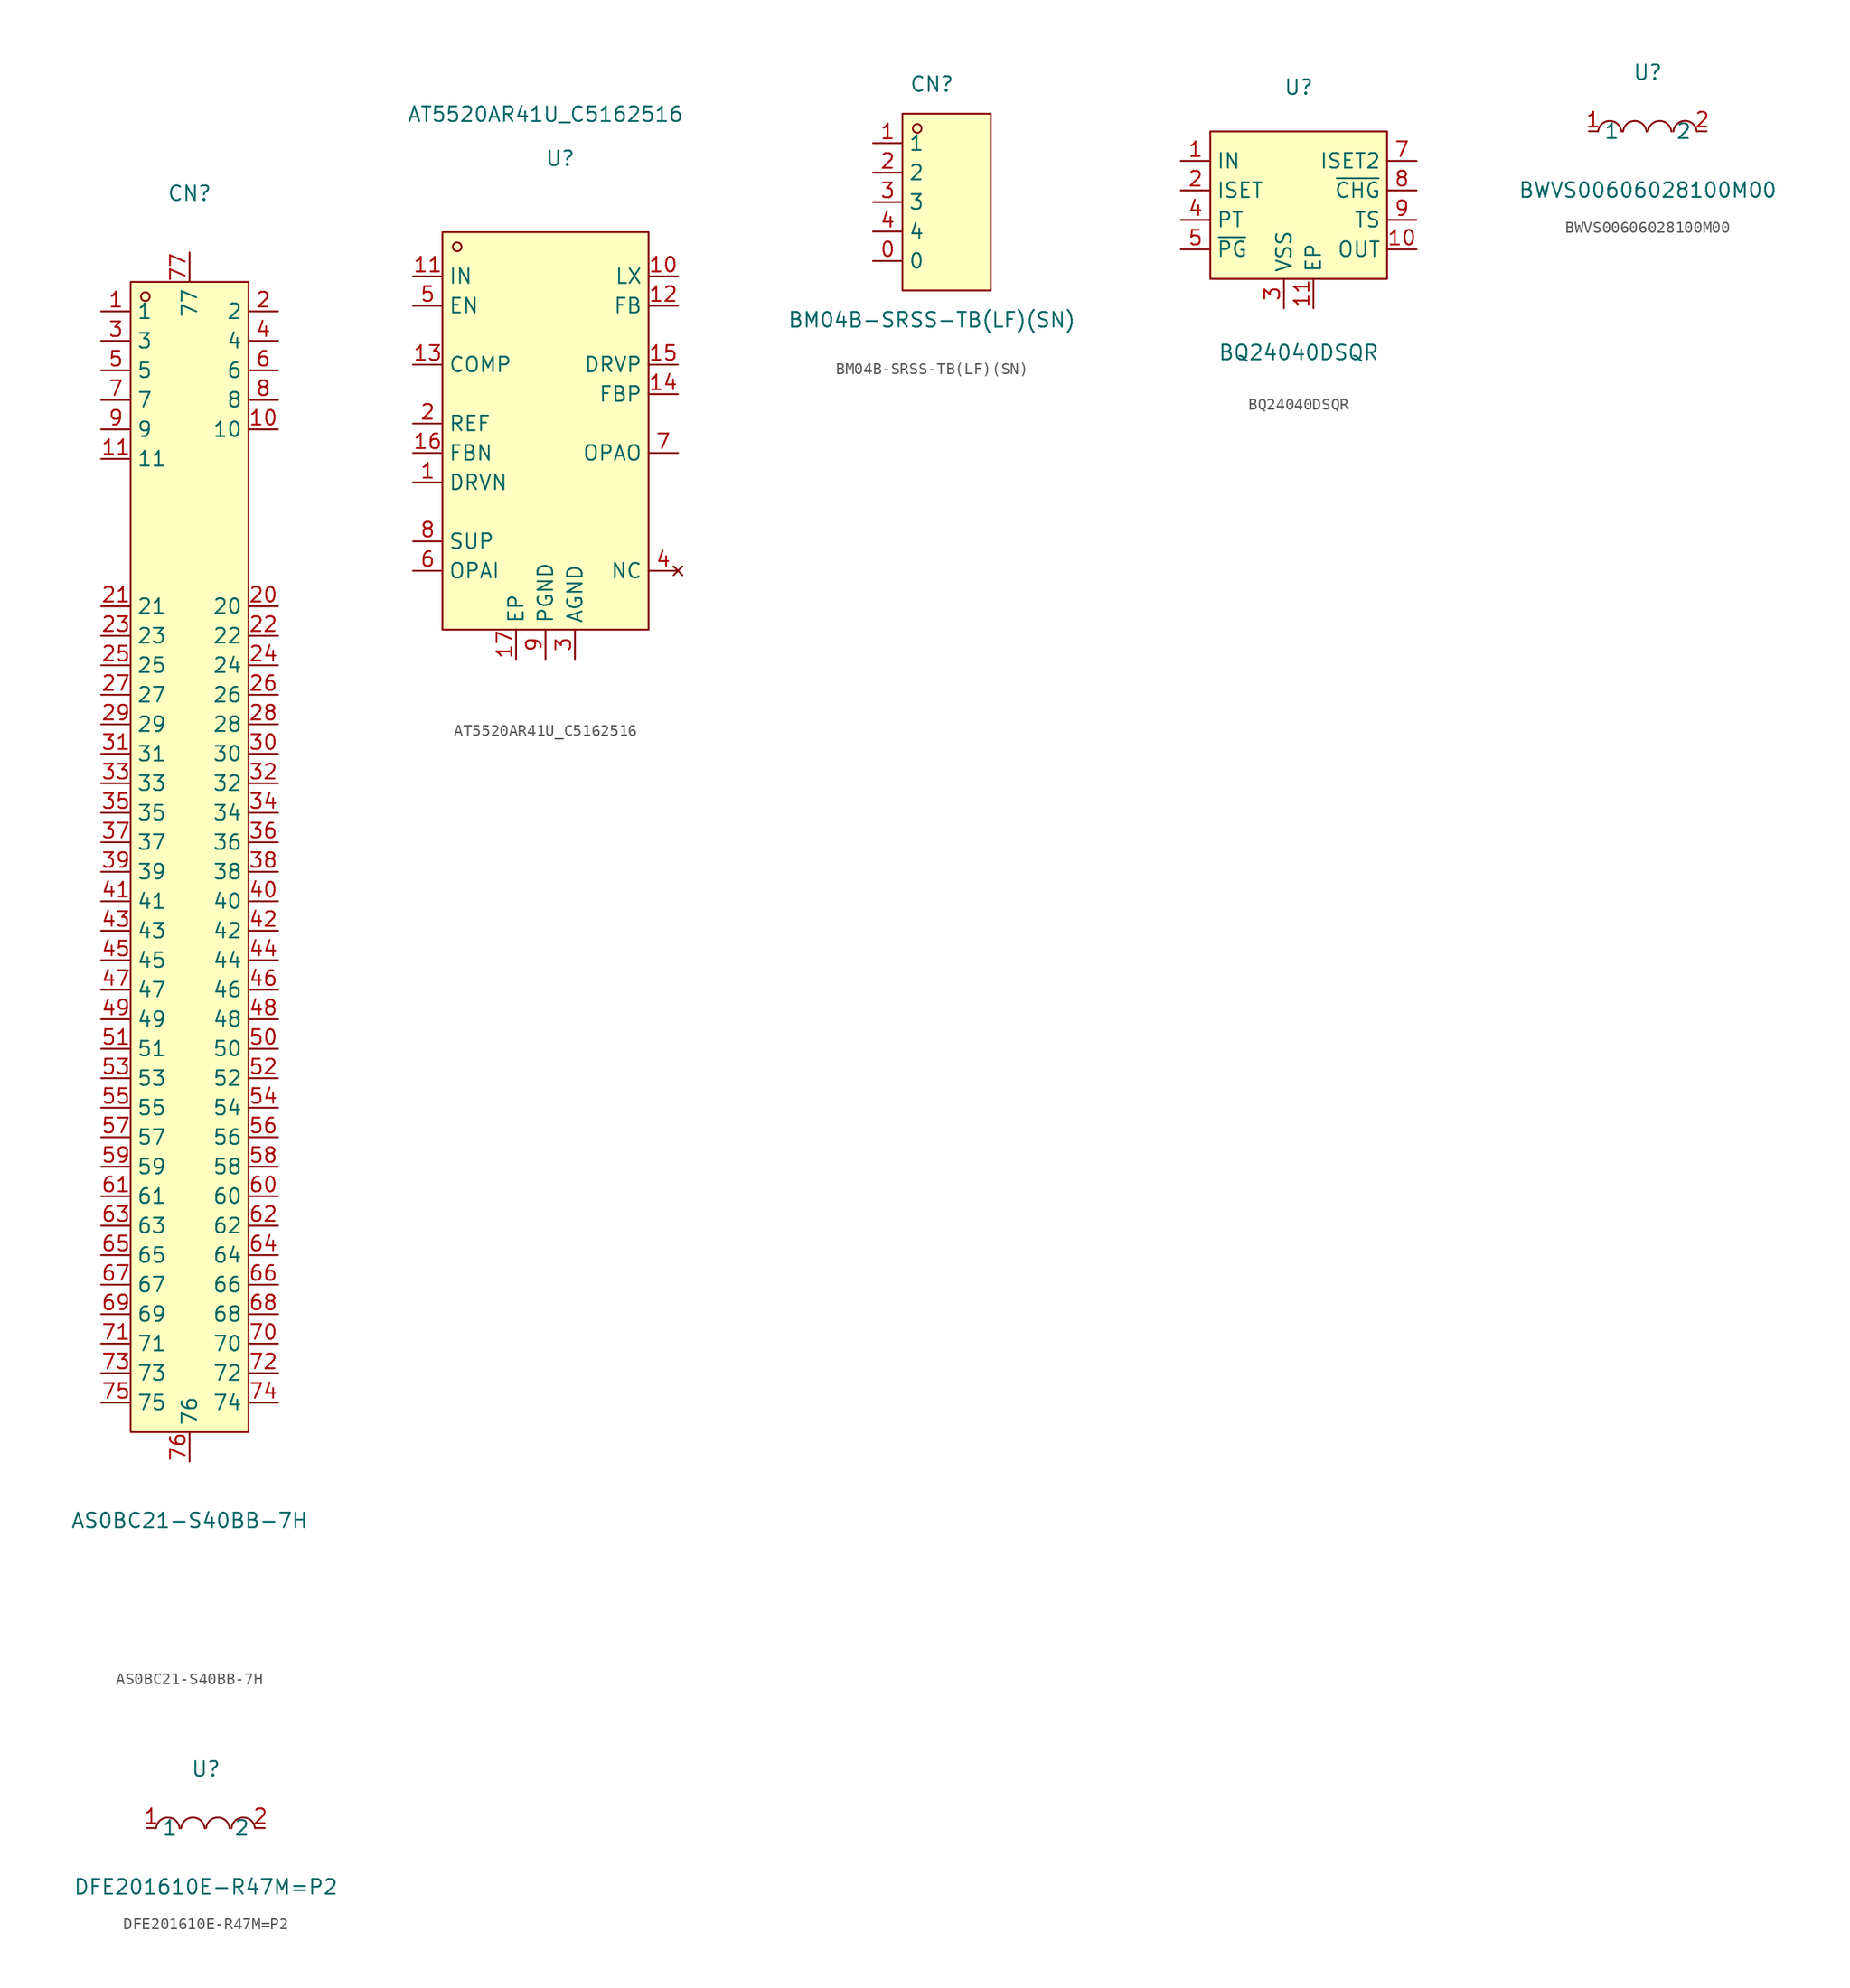
<source format=kicad_sym>
(kicad_symbol_lib
  (version 20220914)
  (generator https://github.com/uPesy/easyeda2kicad.py)
  (symbol "AS0BC21-S40BB-7H"
    (property "Reference" "CN"
      (at 0 58.42 0)
      (effects (font (size 1.27 1.27))))
    (property "Value" "AS0BC21-S40BB-7H"
      (at 0 -55.88 0)
      (effects (font (size 1.27 1.27))))
    (symbol "AS0BC21-S40BB-7H_0_1"
      (rectangle (start -5.08 50.8) (end 5.08 -48.26) (stroke (width 0) (type default)) (fill (type background)))
      (circle (center -3.81 49.53) (radius 0.38) (stroke (width 0) (type default)) (fill (type none)))
      (pin unspecified line (at -7.62 48.26 0) (length 2.54) (name "1" (effects (font (size 1.27 1.27)))) (number "1" (effects (font (size 1.27 1.27)))))
      (pin unspecified line (at 7.62 38.1 180) (length 2.54) (name "10" (effects (font (size 1.27 1.27)))) (number "10" (effects (font (size 1.27 1.27)))))
      (pin unspecified line (at -7.62 35.56 0) (length 2.54) (name "11" (effects (font (size 1.27 1.27)))) (number "11" (effects (font (size 1.27 1.27)))))
      (pin unspecified line (at 7.62 48.26 180) (length 2.54) (name "2" (effects (font (size 1.27 1.27)))) (number "2" (effects (font (size 1.27 1.27)))))
      (pin unspecified line (at 7.62 22.86 180) (length 2.54) (name "20" (effects (font (size 1.27 1.27)))) (number "20" (effects (font (size 1.27 1.27)))))
      (pin unspecified line (at -7.62 22.86 0) (length 2.54) (name "21" (effects (font (size 1.27 1.27)))) (number "21" (effects (font (size 1.27 1.27)))))
      (pin unspecified line (at 7.62 20.32 180) (length 2.54) (name "22" (effects (font (size 1.27 1.27)))) (number "22" (effects (font (size 1.27 1.27)))))
      (pin unspecified line (at -7.62 20.32 0) (length 2.54) (name "23" (effects (font (size 1.27 1.27)))) (number "23" (effects (font (size 1.27 1.27)))))
      (pin unspecified line (at 7.62 17.78 180) (length 2.54) (name "24" (effects (font (size 1.27 1.27)))) (number "24" (effects (font (size 1.27 1.27)))))
      (pin unspecified line (at -7.62 17.78 0) (length 2.54) (name "25" (effects (font (size 1.27 1.27)))) (number "25" (effects (font (size 1.27 1.27)))))
      (pin unspecified line (at 7.62 15.24 180) (length 2.54) (name "26" (effects (font (size 1.27 1.27)))) (number "26" (effects (font (size 1.27 1.27)))))
      (pin unspecified line (at -7.62 15.24 0) (length 2.54) (name "27" (effects (font (size 1.27 1.27)))) (number "27" (effects (font (size 1.27 1.27)))))
      (pin unspecified line (at 7.62 12.7 180) (length 2.54) (name "28" (effects (font (size 1.27 1.27)))) (number "28" (effects (font (size 1.27 1.27)))))
      (pin unspecified line (at -7.62 12.7 0) (length 2.54) (name "29" (effects (font (size 1.27 1.27)))) (number "29" (effects (font (size 1.27 1.27)))))
      (pin unspecified line (at -7.62 45.72 0) (length 2.54) (name "3" (effects (font (size 1.27 1.27)))) (number "3" (effects (font (size 1.27 1.27)))))
      (pin unspecified line (at 7.62 10.16 180) (length 2.54) (name "30" (effects (font (size 1.27 1.27)))) (number "30" (effects (font (size 1.27 1.27)))))
      (pin unspecified line (at -7.62 10.16 0) (length 2.54) (name "31" (effects (font (size 1.27 1.27)))) (number "31" (effects (font (size 1.27 1.27)))))
      (pin unspecified line (at 7.62 7.62 180) (length 2.54) (name "32" (effects (font (size 1.27 1.27)))) (number "32" (effects (font (size 1.27 1.27)))))
      (pin unspecified line (at -7.62 7.62 0) (length 2.54) (name "33" (effects (font (size 1.27 1.27)))) (number "33" (effects (font (size 1.27 1.27)))))
      (pin unspecified line (at 7.62 5.08 180) (length 2.54) (name "34" (effects (font (size 1.27 1.27)))) (number "34" (effects (font (size 1.27 1.27)))))
      (pin unspecified line (at -7.62 5.08 0) (length 2.54) (name "35" (effects (font (size 1.27 1.27)))) (number "35" (effects (font (size 1.27 1.27)))))
      (pin unspecified line (at 7.62 2.54 180) (length 2.54) (name "36" (effects (font (size 1.27 1.27)))) (number "36" (effects (font (size 1.27 1.27)))))
      (pin unspecified line (at -7.62 2.54 0) (length 2.54) (name "37" (effects (font (size 1.27 1.27)))) (number "37" (effects (font (size 1.27 1.27)))))
      (pin unspecified line (at 7.62 0 180) (length 2.54) (name "38" (effects (font (size 1.27 1.27)))) (number "38" (effects (font (size 1.27 1.27)))))
      (pin unspecified line (at -7.62 0 0) (length 2.54) (name "39" (effects (font (size 1.27 1.27)))) (number "39" (effects (font (size 1.27 1.27)))))
      (pin unspecified line (at 7.62 45.72 180) (length 2.54) (name "4" (effects (font (size 1.27 1.27)))) (number "4" (effects (font (size 1.27 1.27)))))
      (pin unspecified line (at 7.62 -2.54 180) (length 2.54) (name "40" (effects (font (size 1.27 1.27)))) (number "40" (effects (font (size 1.27 1.27)))))
      (pin unspecified line (at -7.62 -2.54 0) (length 2.54) (name "41" (effects (font (size 1.27 1.27)))) (number "41" (effects (font (size 1.27 1.27)))))
      (pin unspecified line (at 7.62 -5.08 180) (length 2.54) (name "42" (effects (font (size 1.27 1.27)))) (number "42" (effects (font (size 1.27 1.27)))))
      (pin unspecified line (at -7.62 -5.08 0) (length 2.54) (name "43" (effects (font (size 1.27 1.27)))) (number "43" (effects (font (size 1.27 1.27)))))
      (pin unspecified line (at 7.62 -7.62 180) (length 2.54) (name "44" (effects (font (size 1.27 1.27)))) (number "44" (effects (font (size 1.27 1.27)))))
      (pin unspecified line (at -7.62 -7.62 0) (length 2.54) (name "45" (effects (font (size 1.27 1.27)))) (number "45" (effects (font (size 1.27 1.27)))))
      (pin unspecified line (at 7.62 -10.16 180) (length 2.54) (name "46" (effects (font (size 1.27 1.27)))) (number "46" (effects (font (size 1.27 1.27)))))
      (pin unspecified line (at -7.62 -10.16 0) (length 2.54) (name "47" (effects (font (size 1.27 1.27)))) (number "47" (effects (font (size 1.27 1.27)))))
      (pin unspecified line (at 7.62 -12.7 180) (length 2.54) (name "48" (effects (font (size 1.27 1.27)))) (number "48" (effects (font (size 1.27 1.27)))))
      (pin unspecified line (at -7.62 -12.7 0) (length 2.54) (name "49" (effects (font (size 1.27 1.27)))) (number "49" (effects (font (size 1.27 1.27)))))
      (pin unspecified line (at -7.62 43.18 0) (length 2.54) (name "5" (effects (font (size 1.27 1.27)))) (number "5" (effects (font (size 1.27 1.27)))))
      (pin unspecified line (at 7.62 -15.24 180) (length 2.54) (name "50" (effects (font (size 1.27 1.27)))) (number "50" (effects (font (size 1.27 1.27)))))
      (pin unspecified line (at -7.62 -15.24 0) (length 2.54) (name "51" (effects (font (size 1.27 1.27)))) (number "51" (effects (font (size 1.27 1.27)))))
      (pin unspecified line (at 7.62 -17.78 180) (length 2.54) (name "52" (effects (font (size 1.27 1.27)))) (number "52" (effects (font (size 1.27 1.27)))))
      (pin unspecified line (at -7.62 -17.78 0) (length 2.54) (name "53" (effects (font (size 1.27 1.27)))) (number "53" (effects (font (size 1.27 1.27)))))
      (pin unspecified line (at 7.62 -20.32 180) (length 2.54) (name "54" (effects (font (size 1.27 1.27)))) (number "54" (effects (font (size 1.27 1.27)))))
      (pin unspecified line (at -7.62 -20.32 0) (length 2.54) (name "55" (effects (font (size 1.27 1.27)))) (number "55" (effects (font (size 1.27 1.27)))))
      (pin unspecified line (at 7.62 -22.86 180) (length 2.54) (name "56" (effects (font (size 1.27 1.27)))) (number "56" (effects (font (size 1.27 1.27)))))
      (pin unspecified line (at -7.62 -22.86 0) (length 2.54) (name "57" (effects (font (size 1.27 1.27)))) (number "57" (effects (font (size 1.27 1.27)))))
      (pin unspecified line (at 7.62 -25.4 180) (length 2.54) (name "58" (effects (font (size 1.27 1.27)))) (number "58" (effects (font (size 1.27 1.27)))))
      (pin unspecified line (at -7.62 -25.4 0) (length 2.54) (name "59" (effects (font (size 1.27 1.27)))) (number "59" (effects (font (size 1.27 1.27)))))
      (pin unspecified line (at 7.62 43.18 180) (length 2.54) (name "6" (effects (font (size 1.27 1.27)))) (number "6" (effects (font (size 1.27 1.27)))))
      (pin unspecified line (at 7.62 -27.94 180) (length 2.54) (name "60" (effects (font (size 1.27 1.27)))) (number "60" (effects (font (size 1.27 1.27)))))
      (pin unspecified line (at -7.62 -27.94 0) (length 2.54) (name "61" (effects (font (size 1.27 1.27)))) (number "61" (effects (font (size 1.27 1.27)))))
      (pin unspecified line (at 7.62 -30.48 180) (length 2.54) (name "62" (effects (font (size 1.27 1.27)))) (number "62" (effects (font (size 1.27 1.27)))))
      (pin unspecified line (at -7.62 -30.48 0) (length 2.54) (name "63" (effects (font (size 1.27 1.27)))) (number "63" (effects (font (size 1.27 1.27)))))
      (pin unspecified line (at 7.62 -33.02 180) (length 2.54) (name "64" (effects (font (size 1.27 1.27)))) (number "64" (effects (font (size 1.27 1.27)))))
      (pin unspecified line (at -7.62 -33.02 0) (length 2.54) (name "65" (effects (font (size 1.27 1.27)))) (number "65" (effects (font (size 1.27 1.27)))))
      (pin unspecified line (at 7.62 -35.56 180) (length 2.54) (name "66" (effects (font (size 1.27 1.27)))) (number "66" (effects (font (size 1.27 1.27)))))
      (pin unspecified line (at -7.62 -35.56 0) (length 2.54) (name "67" (effects (font (size 1.27 1.27)))) (number "67" (effects (font (size 1.27 1.27)))))
      (pin unspecified line (at 7.62 -38.1 180) (length 2.54) (name "68" (effects (font (size 1.27 1.27)))) (number "68" (effects (font (size 1.27 1.27)))))
      (pin unspecified line (at -7.62 -38.1 0) (length 2.54) (name "69" (effects (font (size 1.27 1.27)))) (number "69" (effects (font (size 1.27 1.27)))))
      (pin unspecified line (at -7.62 40.64 0) (length 2.54) (name "7" (effects (font (size 1.27 1.27)))) (number "7" (effects (font (size 1.27 1.27)))))
      (pin unspecified line (at 7.62 -40.64 180) (length 2.54) (name "70" (effects (font (size 1.27 1.27)))) (number "70" (effects (font (size 1.27 1.27)))))
      (pin unspecified line (at -7.62 -40.64 0) (length 2.54) (name "71" (effects (font (size 1.27 1.27)))) (number "71" (effects (font (size 1.27 1.27)))))
      (pin unspecified line (at 7.62 -43.18 180) (length 2.54) (name "72" (effects (font (size 1.27 1.27)))) (number "72" (effects (font (size 1.27 1.27)))))
      (pin unspecified line (at -7.62 -43.18 0) (length 2.54) (name "73" (effects (font (size 1.27 1.27)))) (number "73" (effects (font (size 1.27 1.27)))))
      (pin unspecified line (at 7.62 -45.72 180) (length 2.54) (name "74" (effects (font (size 1.27 1.27)))) (number "74" (effects (font (size 1.27 1.27)))))
      (pin unspecified line (at -7.62 -45.72 0) (length 2.54) (name "75" (effects (font (size 1.27 1.27)))) (number "75" (effects (font (size 1.27 1.27)))))
      (pin unspecified line (at 0 -50.8 90) (length 2.54) (name "76" (effects (font (size 1.27 1.27)))) (number "76" (effects (font (size 1.27 1.27)))))
      (pin unspecified line (at 0 53.34 270) (length 2.54) (name "77" (effects (font (size 1.27 1.27)))) (number "77" (effects (font (size 1.27 1.27)))))
      (pin unspecified line (at 7.62 40.64 180) (length 2.54) (name "8" (effects (font (size 1.27 1.27)))) (number "8" (effects (font (size 1.27 1.27)))))
      (pin unspecified line (at -7.62 38.1 0) (length 2.54) (name "9" (effects (font (size 1.27 1.27)))) (number "9" (effects (font (size 1.27 1.27)))))))
  (symbol "AT5520AR41U_C5162516"
    (property "Reference" "U"
      (at 0 17.78 0)
      (effects (font (size 1.27 1.27))))
    (property "Value" "AT5520AR41U_C5162516"
      (at -1.27 21.59 0)
      (effects (font (size 1.27 1.27))))
    (symbol "AT5520AR41U_C5162516_0_1"
      (rectangle (start -10.16 11.43) (end 7.62 -22.86) (stroke (width 0) (type default)) (fill (type background)))
      (circle (center -8.89 10.16) (radius 0.38) (stroke (width 0) (type default)) (fill (type none))))
    (symbol "AT5520AR41U_C5162516_1_1"
      (pin power_out line (at -12.7 -10.16 0) (length 2.54) (name "DRVN" (effects (font (size 1.27 1.27)))) (number "1" (effects (font (size 1.27 1.27)))))
      (pin power_out line (at 10.16 7.62 180) (length 2.54) (name "LX" (effects (font (size 1.27 1.27)))) (number "10" (effects (font (size 1.27 1.27)))))
      (pin power_in line (at -12.7 7.62 0) (length 2.54) (name "IN" (effects (font (size 1.27 1.27)))) (number "11" (effects (font (size 1.27 1.27)))))
      (pin input line (at 10.16 5.08 180) (length 2.54) (name "FB" (effects (font (size 1.27 1.27)))) (number "12" (effects (font (size 1.27 1.27)))))
      (pin input line (at -12.7 0 0) (length 2.54) (name "COMP" (effects (font (size 1.27 1.27)))) (number "13" (effects (font (size 1.27 1.27)))))
      (pin input line (at 10.16 -2.54 180) (length 2.54) (name "FBP" (effects (font (size 1.27 1.27)))) (number "14" (effects (font (size 1.27 1.27)))))
      (pin power_out line (at 10.16 0 180) (length 2.54) (name "DRVP" (effects (font (size 1.27 1.27)))) (number "15" (effects (font (size 1.27 1.27)))))
      (pin input line (at -12.7 -7.62 0) (length 2.54) (name "FBN" (effects (font (size 1.27 1.27)))) (number "16" (effects (font (size 1.27 1.27)))))
      (pin power_in line (at -3.81 -25.4 90) (length 2.54) (name "EP" (effects (font (size 1.27 1.27)))) (number "17" (effects (font (size 1.27 1.27)))))
      (pin input line (at -12.7 -5.08 0) (length 2.54) (name "REF" (effects (font (size 1.27 1.27)))) (number "2" (effects (font (size 1.27 1.27)))))
      (pin power_in line (at 1.27 -25.4 90) (length 2.54) (name "AGND" (effects (font (size 1.27 1.27)))) (number "3" (effects (font (size 1.27 1.27)))))
      (pin no_connect line (at 10.16 -17.78 180) (length 2.54) (name "NC" (effects (font (size 1.27 1.27)))) (number "4" (effects (font (size 1.27 1.27)))))
      (pin input line (at -12.7 5.08 0) (length 2.54) (name "EN" (effects (font (size 1.27 1.27)))) (number "5" (effects (font (size 1.27 1.27)))))
      (pin input line (at -12.7 -17.78 0) (length 2.54) (name "OPAI" (effects (font (size 1.27 1.27)))) (number "6" (effects (font (size 1.27 1.27)))))
      (pin power_out line (at 10.16 -7.62 180) (length 2.54) (name "OPAO" (effects (font (size 1.27 1.27)))) (number "7" (effects (font (size 1.27 1.27)))))
      (pin power_in line (at -12.7 -15.24 0) (length 2.54) (name "SUP" (effects (font (size 1.27 1.27)))) (number "8" (effects (font (size 1.27 1.27)))))
      (pin power_in line (at -1.27 -25.4 90) (length 2.54) (name "PGND" (effects (font (size 1.27 1.27)))) (number "9" (effects (font (size 1.27 1.27)))))))
  (symbol "BM04B-SRSS-TB(LF)(SN)"
    (property "Reference" "CN"
      (at 0 10.16 0)
      (effects (font (size 1.27 1.27))))
    (property "Value" "BM04B-SRSS-TB(LF)(SN)"
      (at 0 -10.16 0)
      (effects (font (size 1.27 1.27))))
    (symbol "BM04B-SRSS-TB(LF)(SN)_0_1"
      (rectangle (start -2.54 7.62) (end 5.08 -7.62) (stroke (width 0) (type default) (color 0 0 0 0)) (fill (type background)))
      (circle (center -1.27 6.35) (radius 0.38) (stroke (width 0) (type default) (color 0 0 0 0)) (fill (type none)))
      (pin unspecified line (at -5.08 5.08 0) (length 2.54) (name "1" (effects (font (size 1.27 1.27)))) (number "1" (effects (font (size 1.27 1.27)))))
      (pin unspecified line (at -5.08 2.54 0) (length 2.54) (name "2" (effects (font (size 1.27 1.27)))) (number "2" (effects (font (size 1.27 1.27)))))
      (pin unspecified line (at -5.08 -0.00 0) (length 2.54) (name "3" (effects (font (size 1.27 1.27)))) (number "3" (effects (font (size 1.27 1.27)))))
      (pin unspecified line (at -5.08 -2.54 0) (length 2.54) (name "4" (effects (font (size 1.27 1.27)))) (number "4" (effects (font (size 1.27 1.27)))))
      (pin unspecified line (at -5.08 -5.08 0) (length 2.54) (name "0" (effects (font (size 1.27 1.27)))) (number "0" (effects (font (size 1.27 1.27)))))))
  (symbol "BQ24040DSQR"
    (property "Reference" "U"
      (at 0 10.16 0)
      (effects (font (size 1.27 1.27))))
    (property "Value" "BQ24040DSQR"
      (at 0 -12.7 0)
      (effects (font (size 1.27 1.27))))
    (symbol "BQ24040DSQR_0_1"
      (rectangle (start -7.62 6.35) (end 7.62 -6.35) (stroke (width 0) (type default)) (fill (type background))))
    (symbol "BQ24040DSQR_1_1"
      (pin power_in line (at -10.16 3.81 0) (length 2.54) (name "IN" (effects (font (size 1.27 1.27)))) (number "1" (effects (font (size 1.27 1.27)))))
      (pin power_out line (at 10.16 -3.81 180) (length 2.54) (name "OUT" (effects (font (size 1.27 1.27)))) (number "10" (effects (font (size 1.27 1.27)))))
      (pin power_in line (at 1.27 -8.89 90) (length 2.54) (name "EP" (effects (font (size 1.27 1.27)))) (number "11" (effects (font (size 1.27 1.27)))))
      (pin input line (at -10.16 1.27 0) (length 2.54) (name "ISET" (effects (font (size 1.27 1.27)))) (number "2" (effects (font (size 1.27 1.27)))))
      (pin power_in line (at -1.27 -8.89 90) (length 2.54) (name "VSS" (effects (font (size 1.27 1.27)))) (number "3" (effects (font (size 1.27 1.27)))))
      (pin input line (at -10.16 -1.27 0) (length 2.54) (name "PT" (effects (font (size 1.27 1.27)))) (number "4" (effects (font (size 1.27 1.27)))))
      (pin output line (at -10.16 -3.81 0) (length 2.54) (name "~{PG}" (effects (font (size 1.27 1.27)))) (number "5" (effects (font (size 1.27 1.27)))))
      (pin no_connect line (at 3.81 -8.89 90) (length 2.54) hide (name "NC" (effects (font (size 1.27 1.27)))) (number "6" (effects (font (size 1.27 1.27)))))
      (pin input line (at 10.16 3.81 180) (length 2.54) (name "ISET2" (effects (font (size 1.27 1.27)))) (number "7" (effects (font (size 1.27 1.27)))))
      (pin input line (at 10.16 1.27 180) (length 2.54) (name "~{CHG}" (effects (font (size 1.27 1.27)))) (number "8" (effects (font (size 1.27 1.27)))))
      (pin input line (at 10.16 -1.27 180) (length 2.54) (name "TS" (effects (font (size 1.27 1.27)))) (number "9" (effects (font (size 1.27 1.27)))))))
  (symbol "BWVS00606028100M00"
    (property "Reference" "U"
      (at 0 5.08 0)
      (effects (font (size 1.27 1.27))))
    (property "Value" "BWVS00606028100M00"
      (at 0 -5.08 0)
      (effects (font (size 1.27 1.27))))
    (symbol "BWVS00606028100M00_0_1"
      (arc (start -2.27 -0.02) (mid -3.28 0.897) (end -4.29 -0.02) (stroke (width 0) (type default)) (fill (type none)))
      (arc (start -0.11 -0.02) (mid -1.12 0.897) (end -2.13 -0.02) (stroke (width 0) (type default)) (fill (type none)))
      (arc (start 2.04 -0.02) (mid 1.03 0.897) (end 0.02 -0.02) (stroke (width 0) (type default)) (fill (type none)))
      (arc (start 4.23 -0.02) (mid 3.22 0.9048) (end 2.21 -0.02) (stroke (width 0) (type default)) (fill (type none)))
      (pin unspecified line (at -5.08 0 0) (length 0.762) (name "1" (effects (font (size 1.27 1.27)))) (number "1" (effects (font (size 1.27 1.27)))))
      (pin unspecified line (at 5.08 0 180) (length 0.762) (name "2" (effects (font (size 1.27 1.27)))) (number "2" (effects (font (size 1.27 1.27)))))))
  (symbol "DFE201610E-R47M=P2"
    (property "Reference" "U"
      (at 0 5.08 0)
      (effects (font (size 1.27 1.27))))
    (property "Value" "DFE201610E-R47M=P2"
      (at 0 -5.08 0)
      (effects (font (size 1.27 1.27))))
    (symbol "DFE201610E-R47M=P2_0_1"
      (arc (start -2.27 -0.02) (mid -3.28 0.9027) (end -4.29 -0.02) (stroke (width 0) (type default)) (fill (type none)))
      (arc (start -0.11 -0.02) (mid -1.12 0.9071) (end -2.13 -0.02) (stroke (width 0) (type default)) (fill (type none)))
      (arc (start 2.04 -0.02) (mid 1.03 0.9071) (end 0.02 -0.02) (stroke (width 0) (type default)) (fill (type none)))
      (arc (start 4.23 -0.02) (mid 3.22 0.9071) (end 2.21 -0.02) (stroke (width 0) (type default)) (fill (type none)))
      (pin unspecified line (at -5.08 0 0) (length 0.762) (name "1" (effects (font (size 1.27 1.27)))) (number "1" (effects (font (size 1.27 1.27)))))
      (pin unspecified line (at 5.08 0 180) (length 0.762) (name "2" (effects (font (size 1.27 1.27)))) (number "2" (effects (font (size 1.27 1.27))))))))
</source>
